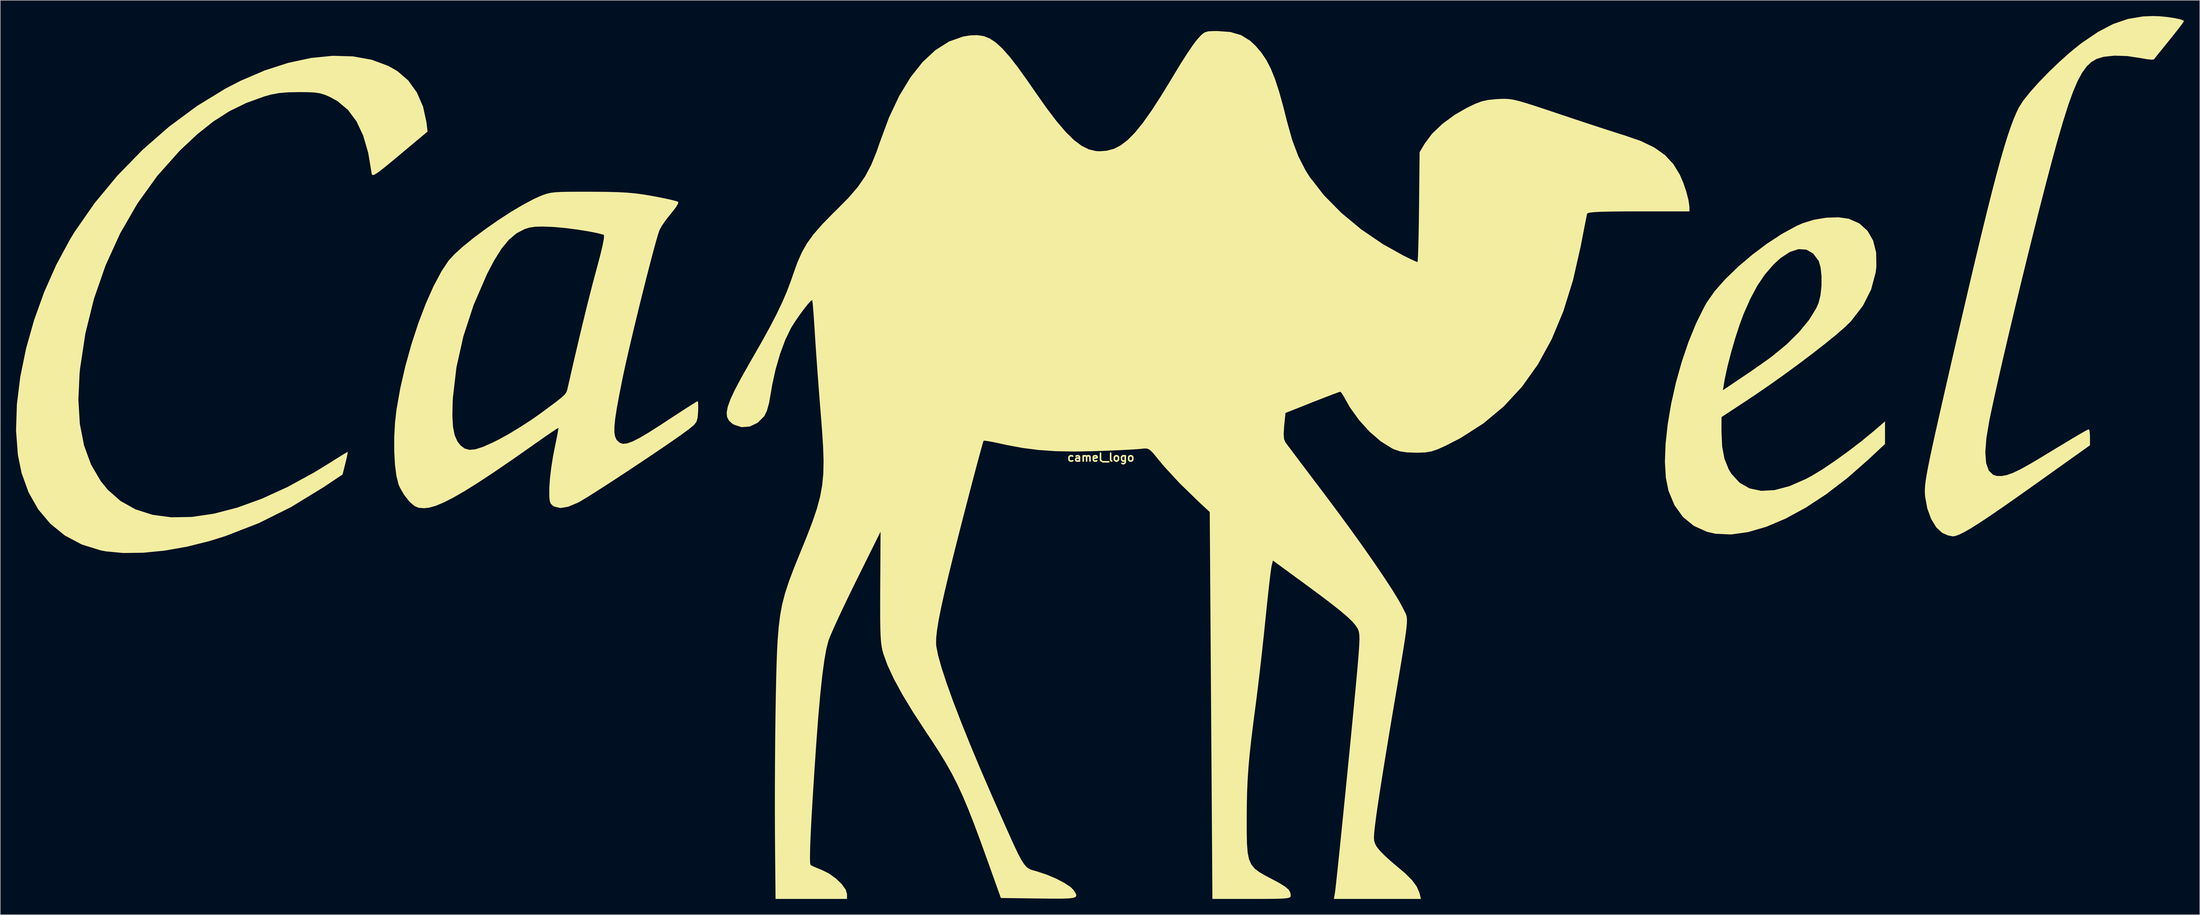
<source format=kicad_pcb>
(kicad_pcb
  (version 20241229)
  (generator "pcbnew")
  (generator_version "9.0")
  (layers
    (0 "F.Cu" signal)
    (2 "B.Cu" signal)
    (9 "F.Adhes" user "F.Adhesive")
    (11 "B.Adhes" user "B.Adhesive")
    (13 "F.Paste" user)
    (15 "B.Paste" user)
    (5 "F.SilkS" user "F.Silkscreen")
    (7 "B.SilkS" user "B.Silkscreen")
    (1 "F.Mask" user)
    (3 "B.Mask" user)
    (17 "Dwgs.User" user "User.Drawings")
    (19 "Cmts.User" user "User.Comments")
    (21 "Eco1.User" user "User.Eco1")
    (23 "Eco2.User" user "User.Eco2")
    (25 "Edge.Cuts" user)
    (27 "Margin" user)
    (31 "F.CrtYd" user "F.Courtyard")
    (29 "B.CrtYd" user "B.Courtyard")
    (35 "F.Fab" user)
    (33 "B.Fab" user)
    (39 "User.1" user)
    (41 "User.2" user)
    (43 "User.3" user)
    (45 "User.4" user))
  (footprint "camel_logo"
    (layer "F.Cu")
    (at 206.386 84.07)
    (property "Reference" "camel_logo" (at 0 0 0) (layer "F.SilkS") (effects (font (size 1.5 1.5) (thickness 0.3))))
    (attr board_only exclude_from_pos_files exclude_from_bom)
    (fp_poly (pts (xy -142.278 -76.383) (xy -138.735 -75.743) (xy -135.572 -74.573) (xy -133.83 -73.581) (xy -131.772 -71.803) (xy -130.125 -69.505) (xy -128.946 -66.794) (xy -128.305 -63.838) (xy -128.092 -62.069) (xy -133.36 -57.657) (xy -135.188 -56.134) (xy -136.544 -55.031) (xy -137.501 -54.3) (xy -138.127 -53.896) (xy -138.494 -53.769) (xy -138.674 -53.874) (xy -138.728 -54.079) (xy -139.384 -58.002) (xy -140.342 -61.303) (xy -141.62 -64.021) (xy -143.239 -66.191) (xy -145.219 -67.851) (xy -146.645 -68.644) (xy -147.629 -69.07) (xy -148.535 -69.344) (xy -149.567 -69.499) (xy -150.929 -69.566) (xy -152.579 -69.579) (xy -154.708 -69.537) (xy -156.391 -69.39) (xy -157.894 -69.106) (xy -159.197 -68.74) (xy -162.621 -67.495) (xy -165.784 -65.946) (xy -168.819 -64.008) (xy -171.86 -61.593) (xy -175.041 -58.616) (xy -175.307 -58.35) (xy -179.535 -53.599) (xy -183.305 -48.343) (xy -186.586 -42.648) (xy -189.348 -36.584) (xy -191.561 -30.217) (xy -193.193 -23.614) (xy -194.216 -16.845) (xy -194.296 -16.028) (xy -194.528 -10.959) (xy -194.245 -6.38) (xy -193.444 -2.285) (xy -192.123 1.334) (xy -190.282 4.485) (xy -188.93 6.149) (xy -186.495 8.296) (xy -183.649 9.884) (xy -180.421 10.916) (xy -176.843 11.394) (xy -172.943 11.324) (xy -168.752 10.708) (xy -164.301 9.55) (xy -159.619 7.853) (xy -154.736 5.621) (xy -149.682 2.857) (xy -147.073 1.26) (xy -145.651 0.363) (xy -144.466 -0.374) (xy -143.638 -0.877) (xy -143.289 -1.073) (xy -143.286 -1.073) (xy -143.31 -0.758) (xy -143.478 0.063) (xy -143.722 1.084) (xy -144.265 3.242) (xy -147.927 5.69) (xy -154.055 9.44) (xy -160.243 12.523) (xy -166.59 14.984) (xy -169.615 15.927) (xy -173.891 16.996) (xy -178.123 17.738) (xy -182.183 18.14) (xy -185.939 18.193) (xy -189.262 17.884) (xy -190.274 17.694) (xy -193.88 16.57) (xy -197.085 14.868) (xy -199.862 12.619) (xy -202.182 9.857) (xy -204.017 6.613) (xy -205.34 2.921) (xy -206.038 -0.525) (xy -206.386 -5.144) (xy -206.223 -10.127) (xy -205.577 -15.366) (xy -204.476 -20.753) (xy -202.947 -26.179) (xy -201.018 -31.537) (xy -198.715 -36.719) (xy -196.067 -41.617) (xy -195.228 -42.986) (xy -191.427 -48.451) (xy -187.114 -53.659) (xy -182.378 -58.525) (xy -177.311 -62.967) (xy -172.005 -66.902) (xy -166.548 -70.248) (xy -163.669 -71.734) (xy -159.093 -73.698) (xy -154.608 -75.148) (xy -150.272 -76.081) (xy -146.143 -76.494)) (stroke (width 0) (type solid)) (fill yes) (layer "F.SilkS"))
    (fp_poly (pts (xy 142.262 -45.468) (xy 142.277 -45.464) (xy 144.285 -44.583) (xy 145.842 -43.18) (xy 146.92 -41.307) (xy 147.494 -39.018) (xy 147.537 -36.365) (xy 147.401 -35.223) (xy 146.539 -31.986) (xy 144.988 -28.906) (xy 142.76 -26.011) (xy 142.618 -25.857) (xy 141.47 -24.748) (xy 139.817 -23.316) (xy 137.748 -21.632) (xy 135.358 -19.765) (xy 132.736 -17.785) (xy 129.976 -15.763) (xy 127.169 -13.768) (xy 124.408 -11.871) (xy 122.968 -10.911) (xy 118.077 -7.692) (xy 118.067 -4.937) (xy 118.198 -2.081) (xy 118.639 0.255) (xy 119.423 2.213) (xy 119.965 3.111) (xy 121.504 4.804) (xy 123.396 5.885) (xy 125.624 6.354) (xy 128.169 6.211) (xy 131.013 5.455) (xy 134.138 4.087) (xy 135.407 3.399) (xy 137.418 2.165) (xy 139.766 0.575) (xy 142.269 -1.237) (xy 144.741 -3.137) (xy 146.999 -4.992) (xy 147.123 -5.098) (xy 149.18 -6.868) (xy 149.18 -4.718) (xy 149.18 -2.569) (xy 146.05 0.365) (xy 142.033 3.9) (xy 138.033 6.97) (xy 134.096 9.558) (xy 130.267 11.641) (xy 126.592 13.2) (xy 123.114 14.214) (xy 119.88 14.663) (xy 116.935 14.528) (xy 115.31 14.153) (xy 112.797 13.018) (xy 110.734 11.328) (xy 109.124 9.086) (xy 107.983 6.334) (xy 107.483 3.838) (xy 107.307 0.825) (xy 107.432 -2.597) (xy 107.837 -6.319) (xy 108.498 -10.231) (xy 109.077 -12.813) (xy 118.34 -12.813) (xy 122.044 -15.304) (xy 123.703 -16.433) (xy 125.362 -17.586) (xy 126.811 -18.614) (xy 127.715 -19.278) (xy 130.454 -21.534) (xy 132.817 -23.868) (xy 134.722 -26.186) (xy 136.085 -28.39) (xy 136.537 -29.421) (xy 136.905 -30.891) (xy 137.094 -32.666) (xy 137.102 -34.502) (xy 136.931 -36.155) (xy 136.58 -37.379) (xy 136.544 -37.452) (xy 135.508 -38.84) (xy 134.22 -39.58) (xy 132.723 -39.676) (xy 131.059 -39.131) (xy 129.272 -37.949) (xy 127.962 -36.735) (xy 126.342 -34.862) (xy 124.907 -32.746) (xy 123.56 -30.228) (xy 122.31 -27.404) (xy 121.525 -25.3) (xy 120.7 -22.759) (xy 119.909 -20.034) (xy 119.223 -17.377) (xy 118.714 -15.043) (xy 118.594 -14.366) (xy 118.34 -12.813) (xy 109.077 -12.813) (xy 109.393 -14.226) (xy 110.502 -18.193) (xy 111.801 -22.024) (xy 113.268 -25.61) (xy 114.882 -28.842) (xy 115.265 -29.514) (xy 116.756 -31.646) (xy 118.778 -33.94) (xy 121.2 -36.288) (xy 123.894 -38.583) (xy 126.727 -40.716) (xy 129.569 -42.578) (xy 132.289 -44.062) (xy 133.472 -44.592) (xy 135.651 -45.274) (xy 138.02 -45.666) (xy 140.312 -45.739)) (stroke (width 0) (type solid)) (fill yes) (layer "F.SilkS"))
    (fp_poly (pts (xy 201.503 -84.016) (xy 202.933 -83.874) (xy 204.273 -83.672) (xy 205.345 -83.441) (xy 205.971 -83.208) (xy 206.062 -83.098) (xy 205.849 -82.76) (xy 205.27 -81.982) (xy 204.41 -80.879) (xy 203.358 -79.563) (xy 203.289 -79.479) (xy 202.21 -78.145) (xy 201.297 -77.013) (xy 200.643 -76.198) (xy 200.342 -75.817) (xy 200.338 -75.812) (xy 199.924 -75.755) (xy 199.013 -75.844) (xy 197.834 -76.054) (xy 195.265 -76.443) (xy 192.851 -76.524) (xy 190.767 -76.3) (xy 189.402 -75.881) (xy 188.438 -75.306) (xy 187.54 -74.457) (xy 186.679 -73.274) (xy 185.829 -71.697) (xy 184.96 -69.667) (xy 184.047 -67.124) (xy 183.061 -64.01) (xy 181.975 -60.266) (xy 181.73 -59.386) (xy 180.818 -56.032) (xy 179.797 -52.156) (xy 178.692 -47.865) (xy 177.53 -43.265) (xy 176.336 -38.463) (xy 175.136 -33.565) (xy 173.955 -28.676) (xy 172.82 -23.905) (xy 171.757 -19.356) (xy 170.79 -15.136) (xy 169.946 -11.352) (xy 169.251 -8.109) (xy 169.018 -6.976) (xy 168.464 -3.673) (xy 168.263 -0.991) (xy 168.417 1.07) (xy 168.925 2.509) (xy 169.787 3.328) (xy 170.462 3.52) (xy 171.375 3.534) (xy 172.381 3.344) (xy 173.582 2.906) (xy 175.08 2.178) (xy 176.977 1.116) (xy 178.931 -0.052) (xy 181.6 -1.673) (xy 183.716 -2.952) (xy 185.336 -3.922) (xy 186.515 -4.614) (xy 187.311 -5.064) (xy 187.779 -5.303) (xy 187.967 -5.366) (xy 188.094 -5.047) (xy 188.167 -4.245) (xy 188.174 -3.846) (xy 188.174 -2.325) (xy 178.018 4.919) (xy 174.564 7.371) (xy 171.637 9.423) (xy 169.189 11.103) (xy 167.176 12.442) (xy 165.55 13.467) (xy 164.266 14.209) (xy 163.278 14.696) (xy 162.539 14.957) (xy 162.065 15.024) (xy 161.142 14.836) (xy 160.116 14.382) (xy 160.043 14.339) (xy 158.911 13.285) (xy 157.947 11.686) (xy 157.224 9.707) (xy 156.817 7.512) (xy 156.778 7.038) (xy 156.757 6.491) (xy 156.769 5.89) (xy 156.824 5.181) (xy 156.933 4.312) (xy 157.108 3.228) (xy 157.358 1.878) (xy 157.695 0.206) (xy 158.13 -1.839) (xy 158.672 -4.311) (xy 159.334 -7.264) (xy 160.125 -10.751) (xy 161.056 -14.824) (xy 162.139 -19.538) (xy 162.212 -19.855) (xy 163.742 -26.484) (xy 165.133 -32.453) (xy 166.394 -37.8) (xy 167.535 -42.564) (xy 168.568 -46.784) (xy 169.502 -50.498) (xy 170.347 -53.746) (xy 171.115 -56.566) (xy 171.815 -58.997) (xy 172.457 -61.078) (xy 173.053 -62.848) (xy 173.612 -64.345) (xy 174.144 -65.609) (xy 174.661 -66.678) (xy 174.679 -66.714) (xy 175.51 -67.998) (xy 176.796 -69.609) (xy 178.429 -71.436) (xy 180.298 -73.366) (xy 182.296 -75.288) (xy 184.313 -77.09) (xy 186.239 -78.66) (xy 186.692 -79.002) (xy 189.742 -81.065) (xy 192.59 -82.55) (xy 195.374 -83.507) (xy 198.23 -83.988) (xy 200.159 -84.07)) (stroke (width 0) (type solid)) (fill yes) (layer "F.SilkS"))
    (fp_poly (pts (xy -97.128 -50.605) (xy -94.319 -50.585) (xy -92.058 -50.533) (xy -90.175 -50.436) (xy -88.504 -50.283) (xy -86.876 -50.061) (xy -85.144 -49.763) (xy -83.428 -49.431) (xy -81.97 -49.117) (xy -80.913 -48.857) (xy -80.401 -48.681) (xy -80.384 -48.669) (xy -80.458 -48.289) (xy -80.921 -47.54) (xy -81.676 -46.574) (xy -81.766 -46.47) (xy -82.698 -45.306) (xy -83.493 -44.162) (xy -83.951 -43.342) (xy -84.213 -42.579) (xy -84.612 -41.214) (xy -85.124 -39.344) (xy -85.726 -37.065) (xy -86.393 -34.473) (xy -87.101 -31.662) (xy -87.827 -28.731) (xy -88.547 -25.774) (xy -89.236 -22.887) (xy -89.872 -20.167) (xy -90.43 -17.709) (xy -90.886 -15.609) (xy -91.041 -14.859) (xy -91.65 -11.779) (xy -92.1 -9.315) (xy -92.396 -7.387) (xy -92.545 -5.917) (xy -92.555 -4.824) (xy -92.432 -4.029) (xy -92.183 -3.453) (xy -92.043 -3.258) (xy -91.553 -2.805) (xy -90.951 -2.599) (xy -90.162 -2.668) (xy -89.115 -3.039) (xy -87.735 -3.74) (xy -85.949 -4.801) (xy -83.685 -6.249) (xy -82.836 -6.807) (xy -81.011 -8.005) (xy -79.394 -9.055) (xy -78.078 -9.898) (xy -77.156 -10.475) (xy -76.721 -10.726) (xy -76.702 -10.732) (xy -76.622 -10.409) (xy -76.601 -9.571) (xy -76.629 -8.688) (xy -76.719 -7.546) (xy -76.932 -6.795) (xy -77.412 -6.181) (xy -78.3 -5.448) (xy -78.525 -5.275) (xy -79.62 -4.471) (xy -81.157 -3.389) (xy -83.041 -2.092) (xy -85.175 -0.644) (xy -87.461 0.89) (xy -89.804 2.446) (xy -92.106 3.961) (xy -94.27 5.369) (xy -96.2 6.608) (xy -97.8 7.612) (xy -98.971 8.319) (xy -99.47 8.594) (xy -101.336 9.378) (xy -102.812 9.628) (xy -103.976 9.353) (xy -104.304 9.149) (xy -104.65 8.803) (xy -104.85 8.285) (xy -104.934 7.425) (xy -104.933 6.057) (xy -104.924 5.661) (xy -104.812 4.022) (xy -104.57 1.992) (xy -104.238 -0.127) (xy -103.988 -1.431) (xy -103.657 -3.045) (xy -103.397 -4.377) (xy -103.235 -5.287) (xy -103.197 -5.634) (xy -103.497 -5.469) (xy -104.279 -4.955) (xy -105.443 -4.161) (xy -106.89 -3.153) (xy -107.89 -2.447) (xy -111.904 0.371) (xy -115.4 2.765) (xy -118.421 4.759) (xy -121.006 6.377) (xy -123.198 7.642) (xy -125.037 8.579) (xy -126.564 9.212) (xy -127.821 9.563) (xy -128.745 9.659) (xy -129.774 9.585) (xy -130.55 9.266) (xy -131.37 8.561) (xy -131.662 8.26) (xy -132.593 7.062) (xy -133.389 5.672) (xy -133.618 5.129) (xy -134.021 3.514) (xy -134.295 1.365) (xy -134.434 -1.147) (xy -134.434 -3.853) (xy -134.29 -6.582) (xy -134.143 -7.891) (xy -123.372 -7.891) (xy -123.251 -5.824) (xy -122.938 -4.247) (xy -122.415 -3.056) (xy -121.804 -2.284) (xy -121.03 -1.702) (xy -120.127 -1.454) (xy -118.993 -1.559) (xy -117.525 -2.03) (xy -115.618 -2.886) (xy -114.582 -3.404) (xy -112.697 -4.442) (xy -110.537 -5.746) (xy -108.391 -7.139) (xy -106.787 -8.262) (xy -104.962 -9.605) (xy -103.632 -10.603) (xy -102.715 -11.33) (xy -102.125 -11.861) (xy -101.78 -12.271) (xy -101.596 -12.635) (xy -101.498 -12.99) (xy -100.118 -19.015) (xy -98.862 -24.354) (xy -97.724 -29.027) (xy -96.7 -33.051) (xy -95.938 -35.893) (xy -95.247 -38.489) (xy -94.781 -40.436) (xy -94.542 -41.725) (xy -94.533 -42.348) (xy -94.581 -42.407) (xy -95.829 -42.735) (xy -97.578 -43.078) (xy -99.616 -43.402) (xy -101.731 -43.676) (xy -103.709 -43.865) (xy -104.366 -43.908) (xy -106.251 -43.979) (xy -107.625 -43.943) (xy -108.685 -43.786) (xy -109.603 -43.503) (xy -111.163 -42.695) (xy -112.618 -41.469) (xy -114.029 -39.753) (xy -115.456 -37.473) (xy -116.806 -34.88) (xy -119.34 -29.011) (xy -121.281 -23.069) (xy -122.602 -17.152) (xy -123.278 -11.358) (xy -123.32 -10.554) (xy -123.372 -7.891) (xy -134.143 -7.891) (xy -134.005 -9.123) (xy -133.279 -13.215) (xy -132.321 -17.388) (xy -131.171 -21.528) (xy -129.869 -25.518) (xy -128.456 -29.242) (xy -126.972 -32.585) (xy -125.458 -35.432) (xy -124.133 -37.433) (xy -123.025 -38.66) (xy -121.407 -40.131) (xy -119.403 -41.761) (xy -117.134 -43.461) (xy -114.724 -45.145) (xy -112.296 -46.725) (xy -109.973 -48.113) (xy -107.879 -49.222) (xy -106.88 -49.677) (xy -106.109 -49.992) (xy -105.416 -50.228) (xy -104.684 -50.395) (xy -103.793 -50.505) (xy -102.626 -50.57) (xy -101.064 -50.6) (xy -98.99 -50.608)) (stroke (width 0) (type solid)) (fill yes) (layer "F.SilkS"))
    (fp_poly (pts (xy 24.638 -81.025) (xy 26.668 -80.431) (xy 28.399 -79.364) (xy 29.458 -78.369) (xy 30.539 -77.093) (xy 31.483 -75.686) (xy 32.332 -74.046) (xy 33.128 -72.073) (xy 33.912 -69.669) (xy 34.726 -66.733) (xy 35.389 -64.084) (xy 36.406 -60.439) (xy 37.573 -57.348) (xy 38.953 -54.654) (xy 39.746 -53.401) (xy 42.45 -49.929) (xy 45.752 -46.575) (xy 49.537 -43.435) (xy 53.687 -40.609) (xy 57.517 -38.474) (xy 58.726 -37.878) (xy 59.672 -37.432) (xy 60.189 -37.215) (xy 60.231 -37.206) (xy 60.283 -37.549) (xy 60.336 -38.519) (xy 60.389 -40.027) (xy 60.439 -41.985) (xy 60.484 -44.304) (xy 60.52 -46.896) (xy 60.529 -47.67) (xy 60.638 -58.134) (xy 61.618 -59.801) (xy 63.024 -61.674) (xy 64.987 -63.542) (xy 67.36 -65.282) (xy 69.615 -66.579) (xy 71.207 -67.345) (xy 72.47 -67.822) (xy 73.688 -68.091) (xy 75.146 -68.235) (xy 75.429 -68.253) (xy 76.296 -68.296) (xy 77.06 -68.299) (xy 77.821 -68.238) (xy 78.68 -68.089) (xy 79.735 -67.826) (xy 81.088 -67.427) (xy 82.837 -66.867) (xy 85.083 -66.122) (xy 87.339 -65.364) (xy 89.959 -64.487) (xy 92.543 -63.63) (xy 94.956 -62.837) (xy 97.063 -62.152) (xy 98.731 -61.62) (xy 99.632 -61.341) (xy 102.787 -60.242) (xy 105.323 -59.009) (xy 107.333 -57.575) (xy 108.912 -55.873) (xy 110.137 -53.867) (xy 110.795 -52.341) (xy 111.371 -50.64) (xy 111.788 -49.026) (xy 111.968 -47.763) (xy 111.97 -47.67) (xy 111.975 -46.865) (xy 102.304 -46.865) (xy 99.264 -46.857) (xy 96.876 -46.832) (xy 95.077 -46.787) (xy 93.805 -46.719) (xy 92.997 -46.626) (xy 92.588 -46.503) (xy 92.51 -46.418) (xy 92.404 -45.929) (xy 92.19 -44.866) (xy 91.894 -43.359) (xy 91.541 -41.535) (xy 91.293 -40.239) (xy 89.815 -33.727) (xy 87.974 -27.818) (xy 85.754 -22.487) (xy 83.14 -17.712) (xy 80.114 -13.468) (xy 76.662 -9.732) (xy 72.768 -6.481) (xy 68.415 -3.691) (xy 65.553 -2.218) (xy 64.063 -1.55) (xy 62.897 -1.156) (xy 61.752 -0.967) (xy 60.325 -0.913) (xy 59.923 -0.912) (xy 58.198 -0.969) (xy 56.906 -1.168) (xy 55.768 -1.56) (xy 55.351 -1.754) (xy 53.248 -3.071) (xy 51.116 -4.917) (xy 49.108 -7.13) (xy 47.378 -9.548) (xy 46.548 -11.009) (xy 46.051 -11.896) (xy 45.661 -12.44) (xy 45.545 -12.521) (xy 45.148 -12.396) (xy 44.208 -12.05) (xy 42.845 -11.529) (xy 41.179 -10.879) (xy 40.217 -10.499) (xy 35.121 -8.477) (xy 34.874 -6.018) (xy 34.774 -4.489) (xy 34.854 -3.493) (xy 35.111 -2.888) (xy 35.441 -2.444) (xy 36.145 -1.505) (xy 37.169 -0.144) (xy 38.456 1.564) (xy 39.949 3.544) (xy 41.593 5.722) (xy 42.446 6.851) (xy 45.116 10.425) (xy 47.647 13.882) (xy 49.994 17.163) (xy 52.116 20.204) (xy 53.969 22.943) (xy 55.512 25.318) (xy 56.701 27.267) (xy 57.493 28.728) (xy 57.577 28.905) (xy 57.783 29.323) (xy 57.959 29.668) (xy 58.097 29.999) (xy 58.191 30.375) (xy 58.235 30.858) (xy 58.223 31.508) (xy 58.147 32.385) (xy 58.001 33.549) (xy 57.779 35.06) (xy 57.475 36.979) (xy 57.081 39.367) (xy 56.591 42.282) (xy 55.999 45.786) (xy 55.334 49.727) (xy 54.786 53.009) (xy 54.251 56.269) (xy 53.745 59.392) (xy 53.289 62.265) (xy 52.899 64.772) (xy 52.594 66.8) (xy 52.395 68.213) (xy 52.148 70.128) (xy 51.999 71.476) (xy 51.95 72.399) (xy 52.003 73.037) (xy 52.159 73.533) (xy 52.419 74.028) (xy 52.467 74.11) (xy 53.043 74.842) (xy 54.028 75.847) (xy 55.26 76.967) (xy 56.049 77.625) (xy 57.896 79.194) (xy 59.209 80.51) (xy 60.072 81.677) (xy 60.573 82.796) (xy 60.653 83.087) (xy 60.894 84.07) (xy 52.611 84.07) (xy 44.328 84.07) (xy 44.53 82.908) (xy 44.611 82.29) (xy 44.753 81.037) (xy 44.948 79.228) (xy 45.188 76.94) (xy 45.467 74.252) (xy 45.774 71.24) (xy 46.104 67.984) (xy 46.448 64.56) (xy 46.799 61.046) (xy 47.148 57.521) (xy 47.488 54.063) (xy 47.812 50.748) (xy 48.11 47.656) (xy 48.376 44.863) (xy 48.602 42.448) (xy 48.78 40.488) (xy 48.826 39.969) (xy 49.02 37.644) (xy 49.143 35.918) (xy 49.194 34.677) (xy 49.173 33.808) (xy 49.081 33.197) (xy 48.919 32.73) (xy 48.849 32.586) (xy 48.42 31.924) (xy 47.741 31.15) (xy 46.752 30.215) (xy 45.396 29.071) (xy 43.617 27.668) (xy 41.355 25.957) (xy 38.815 24.083) (xy 32.734 19.628) (xy 32.483 20.636) (xy 32.381 21.257) (xy 32.221 22.484) (xy 32.018 24.208) (xy 31.783 26.323) (xy 31.528 28.721) (xy 31.3 30.945) (xy 30.993 33.919) (xy 30.649 37.086) (xy 30.293 40.243) (xy 29.947 43.187) (xy 29.634 45.715) (xy 29.507 46.686) (xy 29.01 50.486) (xy 28.614 53.716) (xy 28.308 56.514) (xy 28.081 59.017) (xy 27.923 61.361) (xy 27.822 63.684) (xy 27.767 66.123) (xy 27.748 68.508) (xy 27.748 71.327) (xy 27.794 73.533) (xy 27.927 75.227) (xy 28.187 76.514) (xy 28.614 77.496) (xy 29.248 78.274) (xy 30.13 78.951) (xy 31.299 79.63) (xy 32.318 80.166) (xy 33.971 81.053) (xy 35.074 81.741) (xy 35.732 82.317) (xy 36.048 82.873) (xy 36.127 83.444) (xy 36.08 83.654) (xy 35.876 83.811) (xy 35.426 83.923) (xy 34.639 83.997) (xy 33.428 84.042) (xy 31.702 84.064) (xy 29.373 84.07) (xy 28.677 84.07) (xy 21.221 84.07) (xy 20.966 47.23) (xy 20.711 10.389) (xy 18.498 8.325) (xy 14.987 4.905) (xy 12.084 1.764) (xy 10.813 0.238) (xy 9.944 -0.826) (xy 9.337 -1.433) (xy 8.814 -1.693) (xy 8.198 -1.711) (xy 7.704 -1.651) (xy 6.901 -1.578) (xy 5.52 -1.491) (xy 3.699 -1.398) (xy 1.576 -1.305) (xy -0.71 -1.221) (xy -0.894 -1.214) (xy -5 -1.134) (xy -8.581 -1.198) (xy -11.818 -1.42) (xy -14.891 -1.813) (xy -17.979 -2.391) (xy -18.871 -2.587) (xy -20.309 -2.897) (xy -21.46 -3.112) (xy -22.163 -3.204) (xy -22.303 -3.19) (xy -22.435 -2.799) (xy -22.721 -1.801) (xy -23.137 -0.283) (xy -23.662 1.67) (xy -24.271 3.971) (xy -24.943 6.534) (xy -25.654 9.271) (xy -26.383 12.097) (xy -27.105 14.926) (xy -27.799 17.67) (xy -27.898 18.066) (xy -28.917 22.188) (xy -29.743 25.677) (xy -30.387 28.587) (xy -30.859 30.973) (xy -31.17 32.887) (xy -31.33 34.383) (xy -31.349 35.516) (xy -31.312 35.94) (xy -30.963 37.695) (xy -30.307 40.044) (xy -29.358 42.946) (xy -28.134 46.356) (xy -26.65 50.232) (xy -24.923 54.531) (xy -22.968 59.21) (xy -20.803 64.226) (xy -19.834 66.424) (xy -18.474 69.493) (xy -17.367 71.976) (xy -16.474 73.939) (xy -15.753 75.448) (xy -15.163 76.569) (xy -14.664 77.368) (xy -14.215 77.911) (xy -13.774 78.265) (xy -13.302 78.494) (xy -12.757 78.665) (xy -12.162 78.826) (xy -10.339 79.427) (xy -8.553 80.18) (xy -6.976 80.997) (xy -5.781 81.791) (xy -5.213 82.353) (xy -4.838 82.92) (xy -4.662 83.347) (xy -4.76 83.651) (xy -5.205 83.853) (xy -6.072 83.968) (xy -7.435 84.017) (xy -9.367 84.017) (xy -11.838 83.988) (xy -19.025 83.892) (xy -21.451 77.094) (xy -22.859 73.191) (xy -24.096 69.863) (xy -25.214 67.007) (xy -26.261 64.517) (xy -27.288 62.288) (xy -28.345 60.215) (xy -29.481 58.194) (xy -30.747 56.119) (xy -32.191 53.885) (xy -33.18 52.403) (xy -35.709 48.531) (xy -37.772 45.129) (xy -39.393 42.147) (xy -40.601 39.538) (xy -41.381 37.385) (xy -41.572 36.686) (xy -41.722 35.931) (xy -41.833 35.027) (xy -41.911 33.882) (xy -41.96 32.402) (xy -41.985 30.494) (xy -41.989 28.067) (xy -41.977 25.025) (xy -41.975 24.685) (xy -41.914 14.131) (xy -46.499 23.383) (xy -47.723 25.881) (xy -48.878 28.285) (xy -49.912 30.488) (xy -50.777 32.383) (xy -51.423 33.862) (xy -51.8 34.819) (xy -51.818 34.872) (xy -52.22 36.433) (xy -52.613 38.643) (xy -52.999 41.516) (xy -53.379 45.065) (xy -53.755 49.301) (xy -54.127 54.239) (xy -54.174 54.914) (xy -54.53 60.19) (xy -54.822 64.775) (xy -55.049 68.666) (xy -55.212 71.86) (xy -55.311 74.354) (xy -55.344 76.144) (xy -55.313 77.228) (xy -55.232 77.594) (xy -54.733 77.869) (xy -53.808 78.267) (xy -53.174 78.511) (xy -51.775 79.2) (xy -50.436 80.155) (xy -49.309 81.233) (xy -48.546 82.291) (xy -48.296 83.115) (xy -48.296 84.07) (xy -55.093 84.07) (xy -61.89 84.07) (xy -61.98 74.858) (xy -62.009 70.788) (xy -62.02 66.533) (xy -62.014 62.184) (xy -61.993 57.83) (xy -61.957 53.561) (xy -61.907 49.468) (xy -61.845 45.64) (xy -61.772 42.168) (xy -61.688 39.141) (xy -61.595 36.65) (xy -61.495 34.79) (xy -61.284 32.224) (xy -61.005 29.986) (xy -60.617 27.912) (xy -60.076 25.835) (xy -59.341 23.59) (xy -58.37 21.012) (xy -57.298 18.369) (xy -55.944 15.045) (xy -54.861 12.217) (xy -54.027 9.747) (xy -53.42 7.494) (xy -53.021 5.321) (xy -52.806 3.087) (xy -52.755 0.654) (xy -52.847 -2.117) (xy -53.059 -5.366) (xy -53.26 -7.899) (xy -53.498 -10.855) (xy -53.741 -14.013) (xy -53.974 -17.165) (xy -54.183 -20.102) (xy -54.351 -22.616) (xy -54.402 -23.432) (xy -54.533 -25.497) (xy -54.659 -27.301) (xy -54.771 -28.728) (xy -54.859 -29.663) (xy -54.912 -29.989) (xy -55.191 -29.812) (xy -55.76 -29.176) (xy -56.515 -28.218) (xy -57.354 -27.076) (xy -58.171 -25.887) (xy -58.864 -24.789) (xy -58.979 -24.592) (xy -60.033 -22.413) (xy -61.023 -19.739) (xy -61.881 -16.788) (xy -62.538 -13.781) (xy -62.728 -12.618) (xy -63.113 -10.425) (xy -63.543 -8.867) (xy -64.035 -7.872) (xy -65.29 -6.611) (xy -66.781 -5.899) (xy -68.352 -5.773) (xy -69.848 -6.267) (xy -70.153 -6.464) (xy -70.758 -7.02) (xy -71.11 -7.699) (xy -71.189 -8.568) (xy -70.976 -9.692) (xy -70.449 -11.136) (xy -69.59 -12.968) (xy -68.377 -15.251) (xy -66.793 -18.054) (xy -66.475 -18.603) (xy -64.561 -21.949) (xy -62.984 -24.812) (xy -61.69 -27.306) (xy -60.622 -29.544) (xy -59.725 -31.642) (xy -58.943 -33.712) (xy -58.52 -34.95) (xy -57.721 -37.179) (xy -56.873 -39.09) (xy -55.88 -40.824) (xy -54.647 -42.522) (xy -53.078 -44.327) (xy -51.077 -46.378) (xy -50.208 -47.229) (xy -47.985 -49.483) (xy -46.238 -51.522) (xy -44.851 -53.528) (xy -43.706 -55.687) (xy -42.685 -58.183) (xy -42.024 -60.101) (xy -40.301 -64.753) (xy -38.365 -68.849) (xy -36.236 -72.367) (xy -33.935 -75.281) (xy -31.482 -77.568) (xy -28.898 -79.204) (xy -26.201 -80.165) (xy -24.775 -80.389) (xy -23.486 -80.424) (xy -22.3 -80.246) (xy -21.157 -79.801) (xy -19.996 -79.038) (xy -18.756 -77.903) (xy -17.376 -76.343) (xy -15.795 -74.305) (xy -13.953 -71.736) (xy -12.611 -69.792) (xy -10.379 -66.614) (xy -8.419 -64.028) (xy -6.68 -61.988) (xy -5.114 -60.447) (xy -3.669 -59.358) (xy -2.295 -58.676) (xy -0.942 -58.354) (xy -0.222 -58.313) (xy 1.165 -58.422) (xy 2.482 -58.783) (xy 3.774 -59.443) (xy 5.089 -60.45) (xy 6.471 -61.852) (xy 7.967 -63.697) (xy 9.623 -66.032) (xy 11.483 -68.905) (xy 13.595 -72.364) (xy 14.152 -73.299) (xy 15.253 -75.107) (xy 16.354 -76.826) (xy 17.349 -78.3) (xy 18.135 -79.372) (xy 18.365 -79.649) (xy 19.122 -80.477) (xy 19.725 -80.943) (xy 20.425 -81.152) (xy 21.474 -81.206) (xy 22.147 -81.208)) (stroke (width 0) (type solid)) (fill yes) (layer "F.SilkS")))
  (gr_rect
    (start -3 -3)
    (end 415.447 171.141)
    (stroke (width 0.1) (type default))
    (fill no)
    (layer "Edge.Cuts")))
</source>
